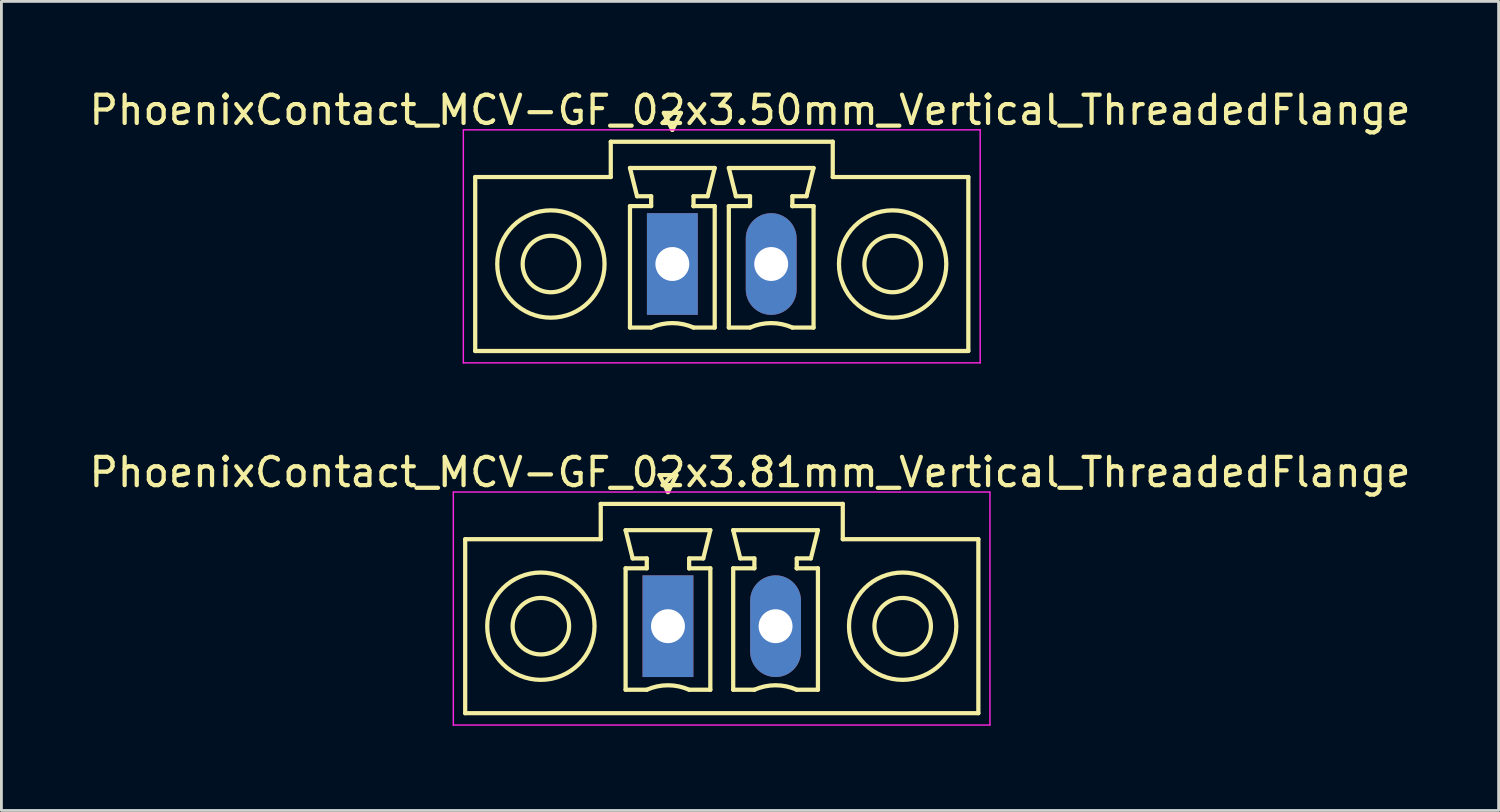
<source format=kicad_pcb>
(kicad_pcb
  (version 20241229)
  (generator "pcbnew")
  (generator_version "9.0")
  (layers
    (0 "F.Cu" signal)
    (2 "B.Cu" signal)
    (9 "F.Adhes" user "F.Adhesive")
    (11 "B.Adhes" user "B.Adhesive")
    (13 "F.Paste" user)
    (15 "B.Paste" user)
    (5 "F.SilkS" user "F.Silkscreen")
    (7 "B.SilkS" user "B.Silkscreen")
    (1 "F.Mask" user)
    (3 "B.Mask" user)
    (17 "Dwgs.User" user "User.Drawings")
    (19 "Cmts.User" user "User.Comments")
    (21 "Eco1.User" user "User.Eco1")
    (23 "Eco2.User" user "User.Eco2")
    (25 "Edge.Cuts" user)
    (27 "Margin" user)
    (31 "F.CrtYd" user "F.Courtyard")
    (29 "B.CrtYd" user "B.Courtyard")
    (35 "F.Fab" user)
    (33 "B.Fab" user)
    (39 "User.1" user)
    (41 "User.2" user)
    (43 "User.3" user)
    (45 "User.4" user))
  (footprint "PhoenixContact_MCV-GF_02x3.81mm_Vertical_ThreadedFlange"
    (layer "F.Cu")
    (at 20.601 19.122)
    (property "Reference" "PhoenixContact_MCV-GF_02x3.81mm_Vertical_ThreadedFlange" (at 2.905 -5.45 0) (layer "F.SilkS") (effects (font (size 1 1) (thickness 0.15))))
    (attr through_hole)
    (fp_line (start -7.18 -3.08) (end -7.18 3.08) (stroke (width 0.15) (type solid)) (layer "F.SilkS"))
    (fp_line (start -7.18 3.08) (end 10.99 3.08) (stroke (width 0.15) (type solid)) (layer "F.SilkS"))
    (fp_line (start -2.38 -4.33) (end -2.38 -3.08) (stroke (width 0.15) (type solid)) (layer "F.SilkS"))
    (fp_line (start -2.38 -3.08) (end -7.18 -3.08) (stroke (width 0.15) (type solid)) (layer "F.SilkS"))
    (fp_line (start -1.5 -3.4) (end 1.5 -3.4) (stroke (width 0.15) (type solid)) (layer "F.SilkS"))
    (fp_line (start -1.5 -2.05) (end -0.75 -2.05) (stroke (width 0.15) (type solid)) (layer "F.SilkS"))
    (fp_line (start -1.5 2.25) (end -1.5 -2.05) (stroke (width 0.15) (type solid)) (layer "F.SilkS"))
    (fp_line (start -1.25 -2.4) (end -1.5 -3.4) (stroke (width 0.15) (type solid)) (layer "F.SilkS"))
    (fp_line (start -0.75 -2.4) (end -1.25 -2.4) (stroke (width 0.15) (type solid)) (layer "F.SilkS"))
    (fp_line (start -0.75 -2.05) (end -0.75 -2.4) (stroke (width 0.15) (type solid)) (layer "F.SilkS"))
    (fp_line (start -0.75 2.25) (end -1.5 2.25) (stroke (width 0.15) (type solid)) (layer "F.SilkS"))
    (fp_line (start -0.3 -5.35) (end 0 -4.75) (stroke (width 0.15) (type solid)) (layer "F.SilkS"))
    (fp_line (start 0 -4.75) (end 0.3 -5.35) (stroke (width 0.15) (type solid)) (layer "F.SilkS"))
    (fp_line (start 0.3 -5.35) (end -0.3 -5.35) (stroke (width 0.15) (type solid)) (layer "F.SilkS"))
    (fp_line (start 0.75 -2.4) (end 0.75 -2.05) (stroke (width 0.15) (type solid)) (layer "F.SilkS"))
    (fp_line (start 0.75 -2.05) (end 0.75 -2.05) (stroke (width 0.15) (type solid)) (layer "F.SilkS"))
    (fp_line (start 0.75 -2.05) (end 1.5 -2.05) (stroke (width 0.15) (type solid)) (layer "F.SilkS"))
    (fp_line (start 1.25 -2.4) (end 0.75 -2.4) (stroke (width 0.15) (type solid)) (layer "F.SilkS"))
    (fp_line (start 1.5 -3.4) (end 1.25 -2.4) (stroke (width 0.15) (type solid)) (layer "F.SilkS"))
    (fp_line (start 1.5 -2.05) (end 1.5 2.25) (stroke (width 0.15) (type solid)) (layer "F.SilkS"))
    (fp_line (start 1.5 2.25) (end 0.75 2.25) (stroke (width 0.15) (type solid)) (layer "F.SilkS"))
    (fp_line (start 2.31 -3.4) (end 5.31 -3.4) (stroke (width 0.15) (type solid)) (layer "F.SilkS"))
    (fp_line (start 2.31 -2.05) (end 3.06 -2.05) (stroke (width 0.15) (type solid)) (layer "F.SilkS"))
    (fp_line (start 2.31 2.25) (end 2.31 -2.05) (stroke (width 0.15) (type solid)) (layer "F.SilkS"))
    (fp_line (start 2.56 -2.4) (end 2.31 -3.4) (stroke (width 0.15) (type solid)) (layer "F.SilkS"))
    (fp_line (start 3.06 -2.4) (end 2.56 -2.4) (stroke (width 0.15) (type solid)) (layer "F.SilkS"))
    (fp_line (start 3.06 -2.05) (end 3.06 -2.4) (stroke (width 0.15) (type solid)) (layer "F.SilkS"))
    (fp_line (start 3.06 2.25) (end 2.31 2.25) (stroke (width 0.15) (type solid)) (layer "F.SilkS"))
    (fp_line (start 4.56 -2.4) (end 4.56 -2.05) (stroke (width 0.15) (type solid)) (layer "F.SilkS"))
    (fp_line (start 4.56 -2.05) (end 4.56 -2.05) (stroke (width 0.15) (type solid)) (layer "F.SilkS"))
    (fp_line (start 4.56 -2.05) (end 5.31 -2.05) (stroke (width 0.15) (type solid)) (layer "F.SilkS"))
    (fp_line (start 5.06 -2.4) (end 4.56 -2.4) (stroke (width 0.15) (type solid)) (layer "F.SilkS"))
    (fp_line (start 5.31 -3.4) (end 5.06 -2.4) (stroke (width 0.15) (type solid)) (layer "F.SilkS"))
    (fp_line (start 5.31 -2.05) (end 5.31 2.25) (stroke (width 0.15) (type solid)) (layer "F.SilkS"))
    (fp_line (start 5.31 2.25) (end 4.56 2.25) (stroke (width 0.15) (type solid)) (layer "F.SilkS"))
    (fp_line (start 6.19 -4.33) (end -2.38 -4.33) (stroke (width 0.15) (type solid)) (layer "F.SilkS"))
    (fp_line (start 6.19 -3.08) (end 6.19 -4.33) (stroke (width 0.15) (type solid)) (layer "F.SilkS"))
    (fp_line (start 10.99 -3.08) (end 6.19 -3.08) (stroke (width 0.15) (type solid)) (layer "F.SilkS"))
    (fp_line (start 10.99 3.08) (end 10.99 -3.08) (stroke (width 0.15) (type solid)) (layer "F.SilkS"))
    (fp_arc (start -0.75 2.25) (mid -0.000193 2.09191) (end 0.749647 2.249844) (stroke (width 0.15) (type solid)) (layer "F.SilkS"))
    (fp_arc (start 3.06 2.25) (mid 3.809807 2.09191) (end 4.559647 2.249844) (stroke (width 0.15) (type solid)) (layer "F.SilkS"))
    (fp_circle (center -4.5 0) (end -3.5 0) (stroke (width 0.15) (type solid)) (fill no) (layer "F.SilkS"))
    (fp_circle (center -4.5 0) (end -2.6 0) (stroke (width 0.15) (type solid)) (fill no) (layer "F.SilkS"))
    (fp_circle (center 8.31 0) (end 9.31 0) (stroke (width 0.15) (type solid)) (fill no) (layer "F.SilkS"))
    (fp_circle (center 8.31 0) (end 10.21 0) (stroke (width 0.15) (type solid)) (fill no) (layer "F.SilkS"))
    (fp_line (start -7.6 -4.75) (end -7.6 3.5) (stroke (width 0.05) (type solid)) (layer "F.CrtYd"))
    (fp_line (start -7.6 3.5) (end 11.4 3.5) (stroke (width 0.05) (type solid)) (layer "F.CrtYd"))
    (fp_line (start 11.4 -4.75) (end -7.6 -4.75) (stroke (width 0.05) (type solid)) (layer "F.CrtYd"))
    (fp_line (start 11.4 3.5) (end 11.4 -4.75) (stroke (width 0.05) (type solid)) (layer "F.CrtYd"))
    (pad "1" thru_hole rect (at 0 0) (size 1.8 3.6) (drill 1.2) (layers "*.Cu" "*.Mask"))
    (pad "2" thru_hole oval (at 3.81 0) (size 1.8 3.6) (drill 1.2) (layers "*.Cu" "*.Mask")))
  (footprint "PhoenixContact_MCV-GF_02x3.50mm_Vertical_ThreadedFlange"
    (layer "F.Cu")
    (at 20.756 6.298)
    (property "Reference" "PhoenixContact_MCV-GF_02x3.50mm_Vertical_ThreadedFlange" (at 2.75 -5.45 0) (layer "F.SilkS") (effects (font (size 1 1) (thickness 0.15))))
    (attr through_hole)
    (fp_line (start -6.98 -3.08) (end -6.98 3.08) (stroke (width 0.15) (type solid)) (layer "F.SilkS"))
    (fp_line (start -6.98 3.08) (end 10.48 3.08) (stroke (width 0.15) (type solid)) (layer "F.SilkS"))
    (fp_line (start -2.18 -4.33) (end -2.18 -3.08) (stroke (width 0.15) (type solid)) (layer "F.SilkS"))
    (fp_line (start -2.18 -3.08) (end -6.98 -3.08) (stroke (width 0.15) (type solid)) (layer "F.SilkS"))
    (fp_line (start -1.5 -3.4) (end 1.5 -3.4) (stroke (width 0.15) (type solid)) (layer "F.SilkS"))
    (fp_line (start -1.5 -2.05) (end -0.75 -2.05) (stroke (width 0.15) (type solid)) (layer "F.SilkS"))
    (fp_line (start -1.5 2.25) (end -1.5 -2.05) (stroke (width 0.15) (type solid)) (layer "F.SilkS"))
    (fp_line (start -1.25 -2.4) (end -1.5 -3.4) (stroke (width 0.15) (type solid)) (layer "F.SilkS"))
    (fp_line (start -0.75 -2.4) (end -1.25 -2.4) (stroke (width 0.15) (type solid)) (layer "F.SilkS"))
    (fp_line (start -0.75 -2.05) (end -0.75 -2.4) (stroke (width 0.15) (type solid)) (layer "F.SilkS"))
    (fp_line (start -0.75 2.25) (end -1.5 2.25) (stroke (width 0.15) (type solid)) (layer "F.SilkS"))
    (fp_line (start -0.3 -5.35) (end 0 -4.75) (stroke (width 0.15) (type solid)) (layer "F.SilkS"))
    (fp_line (start 0 -4.75) (end 0.3 -5.35) (stroke (width 0.15) (type solid)) (layer "F.SilkS"))
    (fp_line (start 0.3 -5.35) (end -0.3 -5.35) (stroke (width 0.15) (type solid)) (layer "F.SilkS"))
    (fp_line (start 0.75 -2.4) (end 0.75 -2.05) (stroke (width 0.15) (type solid)) (layer "F.SilkS"))
    (fp_line (start 0.75 -2.05) (end 0.75 -2.05) (stroke (width 0.15) (type solid)) (layer "F.SilkS"))
    (fp_line (start 0.75 -2.05) (end 1.5 -2.05) (stroke (width 0.15) (type solid)) (layer "F.SilkS"))
    (fp_line (start 1.25 -2.4) (end 0.75 -2.4) (stroke (width 0.15) (type solid)) (layer "F.SilkS"))
    (fp_line (start 1.5 -3.4) (end 1.25 -2.4) (stroke (width 0.15) (type solid)) (layer "F.SilkS"))
    (fp_line (start 1.5 -2.05) (end 1.5 2.25) (stroke (width 0.15) (type solid)) (layer "F.SilkS"))
    (fp_line (start 1.5 2.25) (end 0.75 2.25) (stroke (width 0.15) (type solid)) (layer "F.SilkS"))
    (fp_line (start 2 -3.4) (end 5 -3.4) (stroke (width 0.15) (type solid)) (layer "F.SilkS"))
    (fp_line (start 2 -2.05) (end 2.75 -2.05) (stroke (width 0.15) (type solid)) (layer "F.SilkS"))
    (fp_line (start 2 2.25) (end 2 -2.05) (stroke (width 0.15) (type solid)) (layer "F.SilkS"))
    (fp_line (start 2.25 -2.4) (end 2 -3.4) (stroke (width 0.15) (type solid)) (layer "F.SilkS"))
    (fp_line (start 2.75 -2.4) (end 2.25 -2.4) (stroke (width 0.15) (type solid)) (layer "F.SilkS"))
    (fp_line (start 2.75 -2.05) (end 2.75 -2.4) (stroke (width 0.15) (type solid)) (layer "F.SilkS"))
    (fp_line (start 2.75 2.25) (end 2 2.25) (stroke (width 0.15) (type solid)) (layer "F.SilkS"))
    (fp_line (start 4.25 -2.4) (end 4.25 -2.05) (stroke (width 0.15) (type solid)) (layer "F.SilkS"))
    (fp_line (start 4.25 -2.05) (end 4.25 -2.05) (stroke (width 0.15) (type solid)) (layer "F.SilkS"))
    (fp_line (start 4.25 -2.05) (end 5 -2.05) (stroke (width 0.15) (type solid)) (layer "F.SilkS"))
    (fp_line (start 4.75 -2.4) (end 4.25 -2.4) (stroke (width 0.15) (type solid)) (layer "F.SilkS"))
    (fp_line (start 5 -3.4) (end 4.75 -2.4) (stroke (width 0.15) (type solid)) (layer "F.SilkS"))
    (fp_line (start 5 -2.05) (end 5 2.25) (stroke (width 0.15) (type solid)) (layer "F.SilkS"))
    (fp_line (start 5 2.25) (end 4.25 2.25) (stroke (width 0.15) (type solid)) (layer "F.SilkS"))
    (fp_line (start 5.68 -4.33) (end -2.18 -4.33) (stroke (width 0.15) (type solid)) (layer "F.SilkS"))
    (fp_line (start 5.68 -3.08) (end 5.68 -4.33) (stroke (width 0.15) (type solid)) (layer "F.SilkS"))
    (fp_line (start 10.48 -3.08) (end 5.68 -3.08) (stroke (width 0.15) (type solid)) (layer "F.SilkS"))
    (fp_line (start 10.48 3.08) (end 10.48 -3.08) (stroke (width 0.15) (type solid)) (layer "F.SilkS"))
    (fp_arc (start -0.75 2.25) (mid -0.000193 2.09191) (end 0.749647 2.249844) (stroke (width 0.15) (type solid)) (layer "F.SilkS"))
    (fp_arc (start 2.75 2.25) (mid 3.499807 2.09191) (end 4.249647 2.249844) (stroke (width 0.15) (type solid)) (layer "F.SilkS"))
    (fp_circle (center -4.3 0) (end -3.3 0) (stroke (width 0.15) (type solid)) (fill no) (layer "F.SilkS"))
    (fp_circle (center -4.3 0) (end -2.4 0) (stroke (width 0.15) (type solid)) (fill no) (layer "F.SilkS"))
    (fp_circle (center 7.8 0) (end 8.8 0) (stroke (width 0.15) (type solid)) (fill no) (layer "F.SilkS"))
    (fp_circle (center 7.8 0) (end 9.7 0) (stroke (width 0.15) (type solid)) (fill no) (layer "F.SilkS"))
    (fp_line (start -7.4 -4.75) (end -7.4 3.5) (stroke (width 0.05) (type solid)) (layer "F.CrtYd"))
    (fp_line (start -7.4 3.5) (end 10.9 3.5) (stroke (width 0.05) (type solid)) (layer "F.CrtYd"))
    (fp_line (start 10.9 -4.75) (end -7.4 -4.75) (stroke (width 0.05) (type solid)) (layer "F.CrtYd"))
    (fp_line (start 10.9 3.5) (end 10.9 -4.75) (stroke (width 0.05) (type solid)) (layer "F.CrtYd"))
    (pad "1" thru_hole rect (at 0 0) (size 1.8 3.6) (drill 1.2) (layers "*.Cu" "*.Mask"))
    (pad "2" thru_hole oval (at 3.5 0) (size 1.8 3.6) (drill 1.2) (layers "*.Cu" "*.Mask")))
  (gr_rect
    (start -3 -3)
    (end 50.012 25.646)
    (stroke (width 0.1) (type default))
    (fill no)
    (layer "Edge.Cuts")))
</source>
